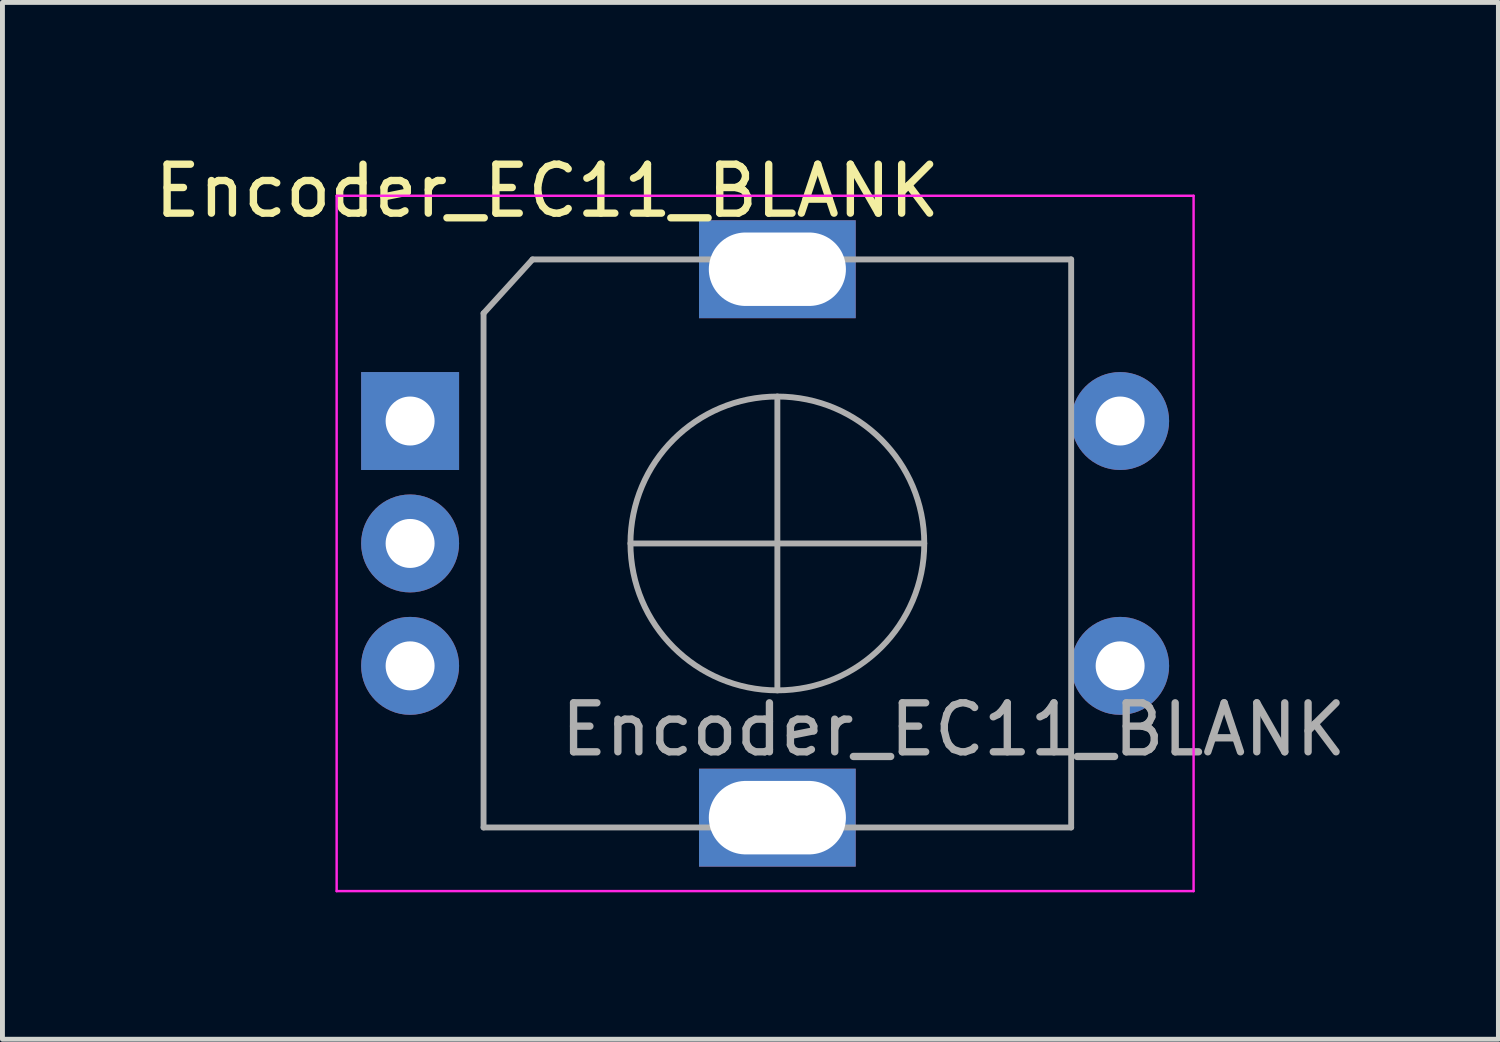
<source format=kicad_pcb>
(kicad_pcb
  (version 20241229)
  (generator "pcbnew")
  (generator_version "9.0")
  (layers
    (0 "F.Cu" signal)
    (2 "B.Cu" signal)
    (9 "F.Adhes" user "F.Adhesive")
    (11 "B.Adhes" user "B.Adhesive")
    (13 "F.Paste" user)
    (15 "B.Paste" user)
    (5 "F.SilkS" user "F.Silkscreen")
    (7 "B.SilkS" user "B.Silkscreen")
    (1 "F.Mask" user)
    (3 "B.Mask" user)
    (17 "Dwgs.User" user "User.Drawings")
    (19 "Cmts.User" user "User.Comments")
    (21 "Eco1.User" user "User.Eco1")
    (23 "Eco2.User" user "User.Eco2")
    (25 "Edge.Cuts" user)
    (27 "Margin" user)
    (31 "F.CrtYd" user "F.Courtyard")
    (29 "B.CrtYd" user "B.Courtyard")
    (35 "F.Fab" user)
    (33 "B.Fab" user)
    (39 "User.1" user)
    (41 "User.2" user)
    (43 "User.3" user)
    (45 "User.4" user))
  (footprint "Encoder_EC11_BLANK"
    (layer "F.Cu")
    (at 12.825 8.048)
    (property "Reference" "Encoder_EC11_BLANK" (at -4.7 -7.2 0) (layer "F.SilkS") (effects (font (size 1 1) (thickness 0.15))))
    (attr through_hole)
    (fp_line (start -9 -7.1) (end -9 7.1) (stroke (width 0.05) (type solid)) (layer "F.CrtYd"))
    (fp_line (start -9 -7.1) (end 8.5 -7.1) (stroke (width 0.05) (type solid)) (layer "F.CrtYd"))
    (fp_line (start 8.5 7.1) (end -9 7.1) (stroke (width 0.05) (type solid)) (layer "F.CrtYd"))
    (fp_line (start 8.5 7.1) (end 8.5 -7.1) (stroke (width 0.05) (type solid)) (layer "F.CrtYd"))
    (fp_line (start -6 -4.7) (end -5 -5.8) (stroke (width 0.12) (type solid)) (layer "F.Fab"))
    (fp_line (start -6 5.8) (end -6 -4.7) (stroke (width 0.12) (type solid)) (layer "F.Fab"))
    (fp_line (start -5 -5.8) (end 6 -5.8) (stroke (width 0.12) (type solid)) (layer "F.Fab"))
    (fp_line (start -3 0) (end 3 0) (stroke (width 0.12) (type solid)) (layer "F.Fab"))
    (fp_line (start 0 -3) (end 0 3) (stroke (width 0.12) (type solid)) (layer "F.Fab"))
    (fp_line (start 6 -5.8) (end 6 5.8) (stroke (width 0.12) (type solid)) (layer "F.Fab"))
    (fp_line (start 6 5.8) (end -6 5.8) (stroke (width 0.12) (type solid)) (layer "F.Fab"))
    (fp_circle (center 0 0) (end 3 0) (stroke (width 0.12) (type solid)) (fill no) (layer "F.Fab"))
    (fp_text user "${REFERENCE}" (at 3.6 3.8 0) (layer "F.Fab") (effects (font (size 1 1) (thickness 0.15))))
    (pad "A" thru_hole rect (at -7.5 -2.5) (size 2 2) (drill 1) (layers "*.Cu" "*.Mask"))
    (pad "B" thru_hole circle (at -7.5 2.5) (size 2 2) (drill 1) (layers "*.Cu" "*.Mask"))
    (pad "C" thru_hole circle (at -7.5 0) (size 2 2) (drill 1) (layers "*.Cu" "*.Mask"))
    (pad "MP" thru_hole rect (at 0 -5.6) (size 3.2 2) (drill oval 2.8 1.5) (layers "*.Cu" "*.Mask"))
    (pad "MP" thru_hole rect (at 0 5.6) (size 3.2 2) (drill oval 2.8 1.5) (layers "*.Cu" "*.Mask"))
    (pad "S1" thru_hole circle (at 7 2.5) (size 2 2) (drill 1) (layers "*.Cu" "*.Mask"))
    (pad "S2" thru_hole circle (at 7 -2.5) (size 2 2) (drill 1) (layers "*.Cu" "*.Mask")))
  (gr_rect
    (start -3 -3)
    (end 27.55 18.173)
    (stroke (width 0.1) (type default))
    (fill no)
    (layer "Edge.Cuts")))
</source>
